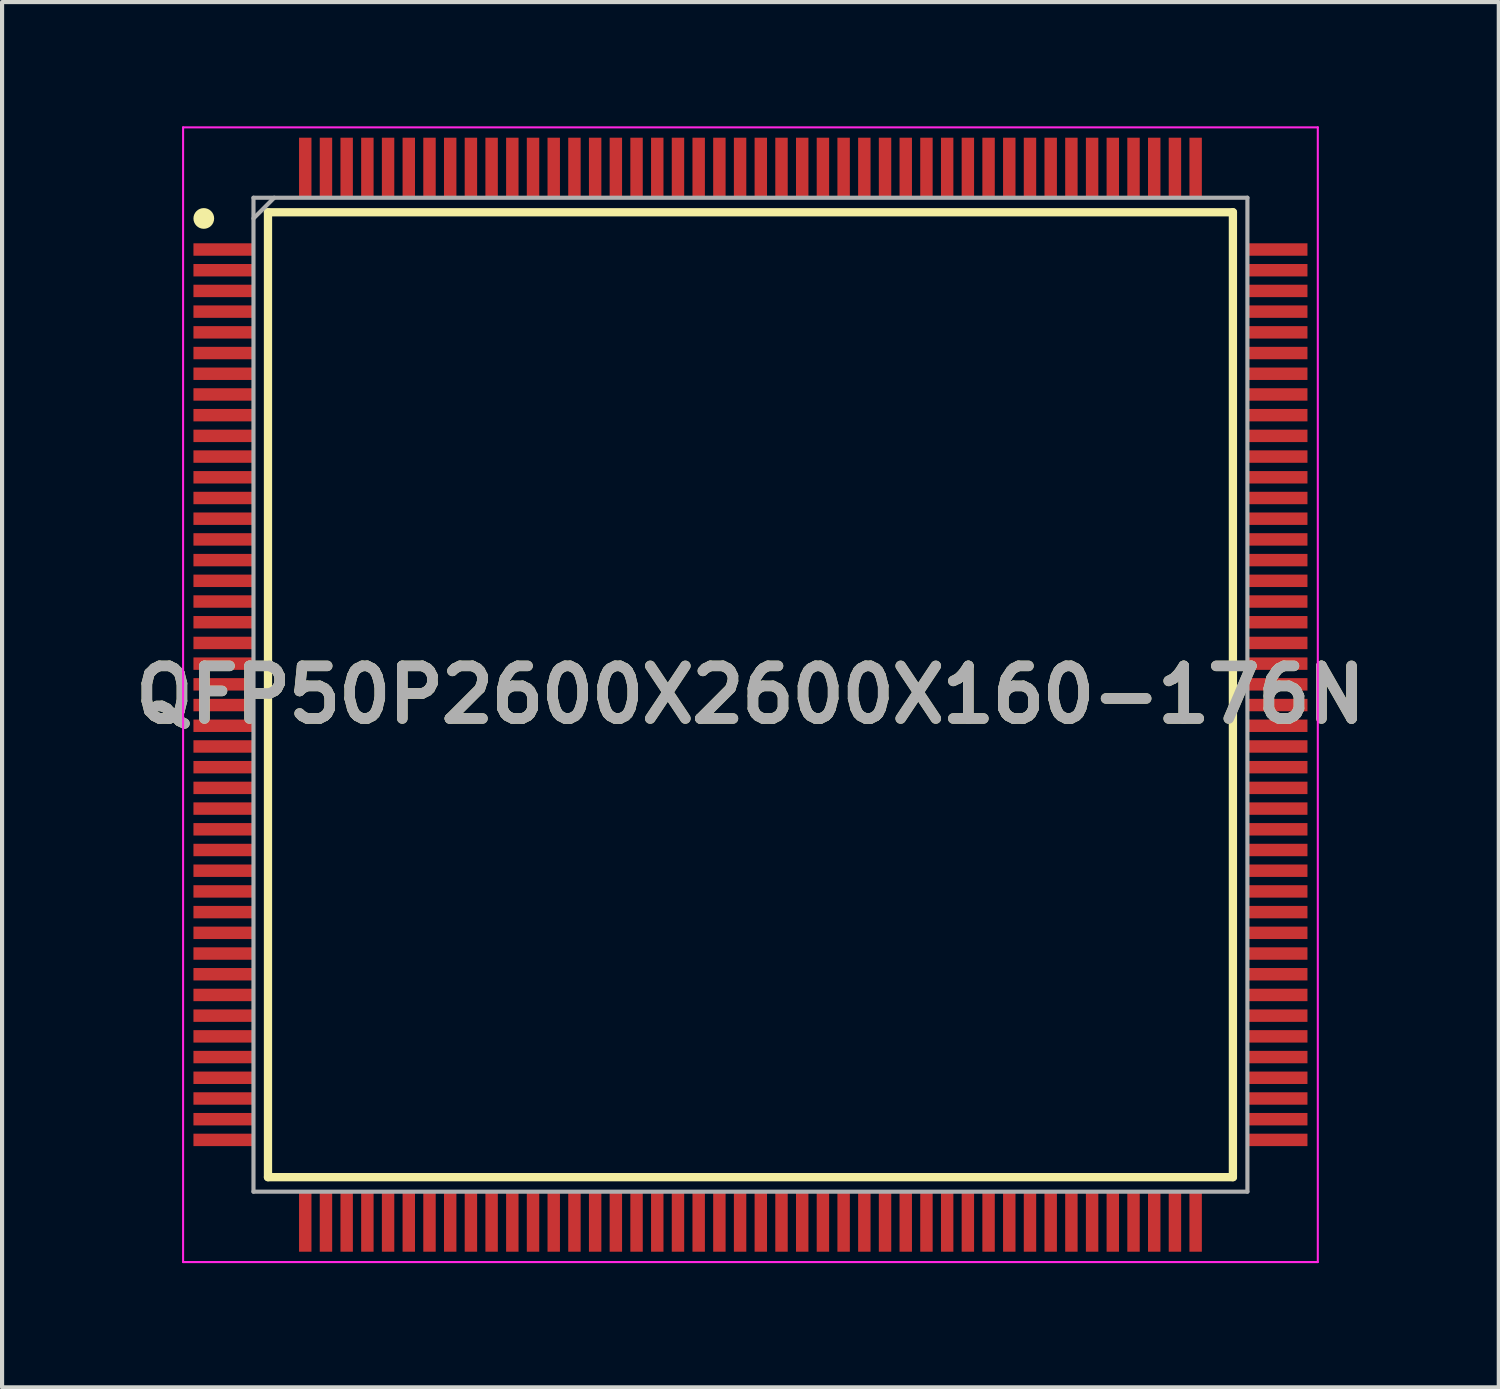
<source format=kicad_pcb>
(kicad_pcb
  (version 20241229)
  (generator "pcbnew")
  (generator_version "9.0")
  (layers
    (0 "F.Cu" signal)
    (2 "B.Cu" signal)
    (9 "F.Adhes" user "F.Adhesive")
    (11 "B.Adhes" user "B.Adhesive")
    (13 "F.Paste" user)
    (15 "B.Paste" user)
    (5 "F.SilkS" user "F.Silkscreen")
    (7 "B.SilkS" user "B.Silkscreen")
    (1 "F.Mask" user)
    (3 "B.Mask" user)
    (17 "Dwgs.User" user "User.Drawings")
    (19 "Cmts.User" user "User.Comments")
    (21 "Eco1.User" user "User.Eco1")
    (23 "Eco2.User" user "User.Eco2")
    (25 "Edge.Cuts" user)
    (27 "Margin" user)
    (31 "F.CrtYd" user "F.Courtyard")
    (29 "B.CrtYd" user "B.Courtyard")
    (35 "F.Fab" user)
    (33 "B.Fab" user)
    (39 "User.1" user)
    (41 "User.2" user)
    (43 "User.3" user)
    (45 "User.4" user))
  (footprint "QFP50P2600X2600X160-176N"
    (layer "F.Cu")
    (at 15.071 13.725)
    (property "Reference" "QFP50P2600X2600X160-176N" (at 0 0 0) (layer "F.SilkS") (effects (font (size 1.27 1.27) (thickness 0.254))))
    (attr smd)
    (fp_line (start -11.65 -11.65) (end 11.65 -11.65) (stroke (width 0.2) (type solid)) (layer "F.SilkS"))
    (fp_line (start -11.65 11.65) (end -11.65 -11.65) (stroke (width 0.2) (type solid)) (layer "F.SilkS"))
    (fp_line (start 11.65 -11.65) (end 11.65 11.65) (stroke (width 0.2) (type solid)) (layer "F.SilkS"))
    (fp_line (start 11.65 11.65) (end -11.65 11.65) (stroke (width 0.2) (type solid)) (layer "F.SilkS"))
    (fp_circle (center -13.2 -11.5) (end -13.2 -11.375) (stroke (width 0.25) (type solid)) (fill no) (layer "F.SilkS"))
    (fp_line (start -13.7 -13.7) (end 13.7 -13.7) (stroke (width 0.05) (type solid)) (layer "F.CrtYd"))
    (fp_line (start -13.7 13.7) (end -13.7 -13.7) (stroke (width 0.05) (type solid)) (layer "F.CrtYd"))
    (fp_line (start 13.7 -13.7) (end 13.7 13.7) (stroke (width 0.05) (type solid)) (layer "F.CrtYd"))
    (fp_line (start 13.7 13.7) (end -13.7 13.7) (stroke (width 0.05) (type solid)) (layer "F.CrtYd"))
    (fp_line (start -12 -12) (end 12 -12) (stroke (width 0.1) (type solid)) (layer "F.Fab"))
    (fp_line (start -12 -11.5) (end -11.5 -12) (stroke (width 0.1) (type solid)) (layer "F.Fab"))
    (fp_line (start -12 12) (end -12 -12) (stroke (width 0.1) (type solid)) (layer "F.Fab"))
    (fp_line (start 12 -12) (end 12 12) (stroke (width 0.1) (type solid)) (layer "F.Fab"))
    (fp_line (start 12 12) (end -12 12) (stroke (width 0.1) (type solid)) (layer "F.Fab"))
    (fp_text user "${REFERENCE}" (at 0 0 0) (layer "F.Fab") (effects (font (size 1.27 1.27) (thickness 0.254))))
    (pad "1" smd rect (at -12.725 -10.75 90) (size 0.3 1.45) (layers "F.Cu" "F.Mask" "F.Paste"))
    (pad "2" smd rect (at -12.725 -10.25 90) (size 0.3 1.45) (layers "F.Cu" "F.Mask" "F.Paste"))
    (pad "3" smd rect (at -12.725 -9.75 90) (size 0.3 1.45) (layers "F.Cu" "F.Mask" "F.Paste"))
    (pad "4" smd rect (at -12.725 -9.25 90) (size 0.3 1.45) (layers "F.Cu" "F.Mask" "F.Paste"))
    (pad "5" smd rect (at -12.725 -8.75 90) (size 0.3 1.45) (layers "F.Cu" "F.Mask" "F.Paste"))
    (pad "6" smd rect (at -12.725 -8.25 90) (size 0.3 1.45) (layers "F.Cu" "F.Mask" "F.Paste"))
    (pad "7" smd rect (at -12.725 -7.75 90) (size 0.3 1.45) (layers "F.Cu" "F.Mask" "F.Paste"))
    (pad "8" smd rect (at -12.725 -7.25 90) (size 0.3 1.45) (layers "F.Cu" "F.Mask" "F.Paste"))
    (pad "9" smd rect (at -12.725 -6.75 90) (size 0.3 1.45) (layers "F.Cu" "F.Mask" "F.Paste"))
    (pad "10" smd rect (at -12.725 -6.25 90) (size 0.3 1.45) (layers "F.Cu" "F.Mask" "F.Paste"))
    (pad "11" smd rect (at -12.725 -5.75 90) (size 0.3 1.45) (layers "F.Cu" "F.Mask" "F.Paste"))
    (pad "12" smd rect (at -12.725 -5.25 90) (size 0.3 1.45) (layers "F.Cu" "F.Mask" "F.Paste"))
    (pad "13" smd rect (at -12.725 -4.75 90) (size 0.3 1.45) (layers "F.Cu" "F.Mask" "F.Paste"))
    (pad "14" smd rect (at -12.725 -4.25 90) (size 0.3 1.45) (layers "F.Cu" "F.Mask" "F.Paste"))
    (pad "15" smd rect (at -12.725 -3.75 90) (size 0.3 1.45) (layers "F.Cu" "F.Mask" "F.Paste"))
    (pad "16" smd rect (at -12.725 -3.25 90) (size 0.3 1.45) (layers "F.Cu" "F.Mask" "F.Paste"))
    (pad "17" smd rect (at -12.725 -2.75 90) (size 0.3 1.45) (layers "F.Cu" "F.Mask" "F.Paste"))
    (pad "18" smd rect (at -12.725 -2.25 90) (size 0.3 1.45) (layers "F.Cu" "F.Mask" "F.Paste"))
    (pad "19" smd rect (at -12.725 -1.75 90) (size 0.3 1.45) (layers "F.Cu" "F.Mask" "F.Paste"))
    (pad "20" smd rect (at -12.725 -1.25 90) (size 0.3 1.45) (layers "F.Cu" "F.Mask" "F.Paste"))
    (pad "21" smd rect (at -12.725 -0.75 90) (size 0.3 1.45) (layers "F.Cu" "F.Mask" "F.Paste"))
    (pad "22" smd rect (at -12.725 -0.25 90) (size 0.3 1.45) (layers "F.Cu" "F.Mask" "F.Paste"))
    (pad "23" smd rect (at -12.725 0.25 90) (size 0.3 1.45) (layers "F.Cu" "F.Mask" "F.Paste"))
    (pad "24" smd rect (at -12.725 0.75 90) (size 0.3 1.45) (layers "F.Cu" "F.Mask" "F.Paste"))
    (pad "25" smd rect (at -12.725 1.25 90) (size 0.3 1.45) (layers "F.Cu" "F.Mask" "F.Paste"))
    (pad "26" smd rect (at -12.725 1.75 90) (size 0.3 1.45) (layers "F.Cu" "F.Mask" "F.Paste"))
    (pad "27" smd rect (at -12.725 2.25 90) (size 0.3 1.45) (layers "F.Cu" "F.Mask" "F.Paste"))
    (pad "28" smd rect (at -12.725 2.75 90) (size 0.3 1.45) (layers "F.Cu" "F.Mask" "F.Paste"))
    (pad "29" smd rect (at -12.725 3.25 90) (size 0.3 1.45) (layers "F.Cu" "F.Mask" "F.Paste"))
    (pad "30" smd rect (at -12.725 3.75 90) (size 0.3 1.45) (layers "F.Cu" "F.Mask" "F.Paste"))
    (pad "31" smd rect (at -12.725 4.25 90) (size 0.3 1.45) (layers "F.Cu" "F.Mask" "F.Paste"))
    (pad "32" smd rect (at -12.725 4.75 90) (size 0.3 1.45) (layers "F.Cu" "F.Mask" "F.Paste"))
    (pad "33" smd rect (at -12.725 5.25 90) (size 0.3 1.45) (layers "F.Cu" "F.Mask" "F.Paste"))
    (pad "34" smd rect (at -12.725 5.75 90) (size 0.3 1.45) (layers "F.Cu" "F.Mask" "F.Paste"))
    (pad "35" smd rect (at -12.725 6.25 90) (size 0.3 1.45) (layers "F.Cu" "F.Mask" "F.Paste"))
    (pad "36" smd rect (at -12.725 6.75 90) (size 0.3 1.45) (layers "F.Cu" "F.Mask" "F.Paste"))
    (pad "37" smd rect (at -12.725 7.25 90) (size 0.3 1.45) (layers "F.Cu" "F.Mask" "F.Paste"))
    (pad "38" smd rect (at -12.725 7.75 90) (size 0.3 1.45) (layers "F.Cu" "F.Mask" "F.Paste"))
    (pad "39" smd rect (at -12.725 8.25 90) (size 0.3 1.45) (layers "F.Cu" "F.Mask" "F.Paste"))
    (pad "40" smd rect (at -12.725 8.75 90) (size 0.3 1.45) (layers "F.Cu" "F.Mask" "F.Paste"))
    (pad "41" smd rect (at -12.725 9.25 90) (size 0.3 1.45) (layers "F.Cu" "F.Mask" "F.Paste"))
    (pad "42" smd rect (at -12.725 9.75 90) (size 0.3 1.45) (layers "F.Cu" "F.Mask" "F.Paste"))
    (pad "43" smd rect (at -12.725 10.25 90) (size 0.3 1.45) (layers "F.Cu" "F.Mask" "F.Paste"))
    (pad "44" smd rect (at -12.725 10.75 90) (size 0.3 1.45) (layers "F.Cu" "F.Mask" "F.Paste"))
    (pad "45" smd rect (at -10.75 12.725) (size 0.3 1.45) (layers "F.Cu" "F.Mask" "F.Paste"))
    (pad "46" smd rect (at -10.25 12.725) (size 0.3 1.45) (layers "F.Cu" "F.Mask" "F.Paste"))
    (pad "47" smd rect (at -9.75 12.725) (size 0.3 1.45) (layers "F.Cu" "F.Mask" "F.Paste"))
    (pad "48" smd rect (at -9.25 12.725) (size 0.3 1.45) (layers "F.Cu" "F.Mask" "F.Paste"))
    (pad "49" smd rect (at -8.75 12.725) (size 0.3 1.45) (layers "F.Cu" "F.Mask" "F.Paste"))
    (pad "50" smd rect (at -8.25 12.725) (size 0.3 1.45) (layers "F.Cu" "F.Mask" "F.Paste"))
    (pad "51" smd rect (at -7.75 12.725) (size 0.3 1.45) (layers "F.Cu" "F.Mask" "F.Paste"))
    (pad "52" smd rect (at -7.25 12.725) (size 0.3 1.45) (layers "F.Cu" "F.Mask" "F.Paste"))
    (pad "53" smd rect (at -6.75 12.725) (size 0.3 1.45) (layers "F.Cu" "F.Mask" "F.Paste"))
    (pad "54" smd rect (at -6.25 12.725) (size 0.3 1.45) (layers "F.Cu" "F.Mask" "F.Paste"))
    (pad "55" smd rect (at -5.75 12.725) (size 0.3 1.45) (layers "F.Cu" "F.Mask" "F.Paste"))
    (pad "56" smd rect (at -5.25 12.725) (size 0.3 1.45) (layers "F.Cu" "F.Mask" "F.Paste"))
    (pad "57" smd rect (at -4.75 12.725) (size 0.3 1.45) (layers "F.Cu" "F.Mask" "F.Paste"))
    (pad "58" smd rect (at -4.25 12.725) (size 0.3 1.45) (layers "F.Cu" "F.Mask" "F.Paste"))
    (pad "59" smd rect (at -3.75 12.725) (size 0.3 1.45) (layers "F.Cu" "F.Mask" "F.Paste"))
    (pad "60" smd rect (at -3.25 12.725) (size 0.3 1.45) (layers "F.Cu" "F.Mask" "F.Paste"))
    (pad "61" smd rect (at -2.75 12.725) (size 0.3 1.45) (layers "F.Cu" "F.Mask" "F.Paste"))
    (pad "62" smd rect (at -2.25 12.725) (size 0.3 1.45) (layers "F.Cu" "F.Mask" "F.Paste"))
    (pad "63" smd rect (at -1.75 12.725) (size 0.3 1.45) (layers "F.Cu" "F.Mask" "F.Paste"))
    (pad "64" smd rect (at -1.25 12.725) (size 0.3 1.45) (layers "F.Cu" "F.Mask" "F.Paste"))
    (pad "65" smd rect (at -0.75 12.725) (size 0.3 1.45) (layers "F.Cu" "F.Mask" "F.Paste"))
    (pad "66" smd rect (at -0.25 12.725) (size 0.3 1.45) (layers "F.Cu" "F.Mask" "F.Paste"))
    (pad "67" smd rect (at 0.25 12.725) (size 0.3 1.45) (layers "F.Cu" "F.Mask" "F.Paste"))
    (pad "68" smd rect (at 0.75 12.725) (size 0.3 1.45) (layers "F.Cu" "F.Mask" "F.Paste"))
    (pad "69" smd rect (at 1.25 12.725) (size 0.3 1.45) (layers "F.Cu" "F.Mask" "F.Paste"))
    (pad "70" smd rect (at 1.75 12.725) (size 0.3 1.45) (layers "F.Cu" "F.Mask" "F.Paste"))
    (pad "71" smd rect (at 2.25 12.725) (size 0.3 1.45) (layers "F.Cu" "F.Mask" "F.Paste"))
    (pad "72" smd rect (at 2.75 12.725) (size 0.3 1.45) (layers "F.Cu" "F.Mask" "F.Paste"))
    (pad "73" smd rect (at 3.25 12.725) (size 0.3 1.45) (layers "F.Cu" "F.Mask" "F.Paste"))
    (pad "74" smd rect (at 3.75 12.725) (size 0.3 1.45) (layers "F.Cu" "F.Mask" "F.Paste"))
    (pad "75" smd rect (at 4.25 12.725) (size 0.3 1.45) (layers "F.Cu" "F.Mask" "F.Paste"))
    (pad "76" smd rect (at 4.75 12.725) (size 0.3 1.45) (layers "F.Cu" "F.Mask" "F.Paste"))
    (pad "77" smd rect (at 5.25 12.725) (size 0.3 1.45) (layers "F.Cu" "F.Mask" "F.Paste"))
    (pad "78" smd rect (at 5.75 12.725) (size 0.3 1.45) (layers "F.Cu" "F.Mask" "F.Paste"))
    (pad "79" smd rect (at 6.25 12.725) (size 0.3 1.45) (layers "F.Cu" "F.Mask" "F.Paste"))
    (pad "80" smd rect (at 6.75 12.725) (size 0.3 1.45) (layers "F.Cu" "F.Mask" "F.Paste"))
    (pad "81" smd rect (at 7.25 12.725) (size 0.3 1.45) (layers "F.Cu" "F.Mask" "F.Paste"))
    (pad "82" smd rect (at 7.75 12.725) (size 0.3 1.45) (layers "F.Cu" "F.Mask" "F.Paste"))
    (pad "83" smd rect (at 8.25 12.725) (size 0.3 1.45) (layers "F.Cu" "F.Mask" "F.Paste"))
    (pad "84" smd rect (at 8.75 12.725) (size 0.3 1.45) (layers "F.Cu" "F.Mask" "F.Paste"))
    (pad "85" smd rect (at 9.25 12.725) (size 0.3 1.45) (layers "F.Cu" "F.Mask" "F.Paste"))
    (pad "86" smd rect (at 9.75 12.725) (size 0.3 1.45) (layers "F.Cu" "F.Mask" "F.Paste"))
    (pad "87" smd rect (at 10.25 12.725) (size 0.3 1.45) (layers "F.Cu" "F.Mask" "F.Paste"))
    (pad "88" smd rect (at 10.75 12.725) (size 0.3 1.45) (layers "F.Cu" "F.Mask" "F.Paste"))
    (pad "89" smd rect (at 12.725 10.75 90) (size 0.3 1.45) (layers "F.Cu" "F.Mask" "F.Paste"))
    (pad "90" smd rect (at 12.725 10.25 90) (size 0.3 1.45) (layers "F.Cu" "F.Mask" "F.Paste"))
    (pad "91" smd rect (at 12.725 9.75 90) (size 0.3 1.45) (layers "F.Cu" "F.Mask" "F.Paste"))
    (pad "92" smd rect (at 12.725 9.25 90) (size 0.3 1.45) (layers "F.Cu" "F.Mask" "F.Paste"))
    (pad "93" smd rect (at 12.725 8.75 90) (size 0.3 1.45) (layers "F.Cu" "F.Mask" "F.Paste"))
    (pad "94" smd rect (at 12.725 8.25 90) (size 0.3 1.45) (layers "F.Cu" "F.Mask" "F.Paste"))
    (pad "95" smd rect (at 12.725 7.75 90) (size 0.3 1.45) (layers "F.Cu" "F.Mask" "F.Paste"))
    (pad "96" smd rect (at 12.725 7.25 90) (size 0.3 1.45) (layers "F.Cu" "F.Mask" "F.Paste"))
    (pad "97" smd rect (at 12.725 6.75 90) (size 0.3 1.45) (layers "F.Cu" "F.Mask" "F.Paste"))
    (pad "98" smd rect (at 12.725 6.25 90) (size 0.3 1.45) (layers "F.Cu" "F.Mask" "F.Paste"))
    (pad "99" smd rect (at 12.725 5.75 90) (size 0.3 1.45) (layers "F.Cu" "F.Mask" "F.Paste"))
    (pad "100" smd rect (at 12.725 5.25 90) (size 0.3 1.45) (layers "F.Cu" "F.Mask" "F.Paste"))
    (pad "101" smd rect (at 12.725 4.75 90) (size 0.3 1.45) (layers "F.Cu" "F.Mask" "F.Paste"))
    (pad "102" smd rect (at 12.725 4.25 90) (size 0.3 1.45) (layers "F.Cu" "F.Mask" "F.Paste"))
    (pad "103" smd rect (at 12.725 3.75 90) (size 0.3 1.45) (layers "F.Cu" "F.Mask" "F.Paste"))
    (pad "104" smd rect (at 12.725 3.25 90) (size 0.3 1.45) (layers "F.Cu" "F.Mask" "F.Paste"))
    (pad "105" smd rect (at 12.725 2.75 90) (size 0.3 1.45) (layers "F.Cu" "F.Mask" "F.Paste"))
    (pad "106" smd rect (at 12.725 2.25 90) (size 0.3 1.45) (layers "F.Cu" "F.Mask" "F.Paste"))
    (pad "107" smd rect (at 12.725 1.75 90) (size 0.3 1.45) (layers "F.Cu" "F.Mask" "F.Paste"))
    (pad "108" smd rect (at 12.725 1.25 90) (size 0.3 1.45) (layers "F.Cu" "F.Mask" "F.Paste"))
    (pad "109" smd rect (at 12.725 0.75 90) (size 0.3 1.45) (layers "F.Cu" "F.Mask" "F.Paste"))
    (pad "110" smd rect (at 12.725 0.25 90) (size 0.3 1.45) (layers "F.Cu" "F.Mask" "F.Paste"))
    (pad "111" smd rect (at 12.725 -0.25 90) (size 0.3 1.45) (layers "F.Cu" "F.Mask" "F.Paste"))
    (pad "112" smd rect (at 12.725 -0.75 90) (size 0.3 1.45) (layers "F.Cu" "F.Mask" "F.Paste"))
    (pad "113" smd rect (at 12.725 -1.25 90) (size 0.3 1.45) (layers "F.Cu" "F.Mask" "F.Paste"))
    (pad "114" smd rect (at 12.725 -1.75 90) (size 0.3 1.45) (layers "F.Cu" "F.Mask" "F.Paste"))
    (pad "115" smd rect (at 12.725 -2.25 90) (size 0.3 1.45) (layers "F.Cu" "F.Mask" "F.Paste"))
    (pad "116" smd rect (at 12.725 -2.75 90) (size 0.3 1.45) (layers "F.Cu" "F.Mask" "F.Paste"))
    (pad "117" smd rect (at 12.725 -3.25 90) (size 0.3 1.45) (layers "F.Cu" "F.Mask" "F.Paste"))
    (pad "118" smd rect (at 12.725 -3.75 90) (size 0.3 1.45) (layers "F.Cu" "F.Mask" "F.Paste"))
    (pad "119" smd rect (at 12.725 -4.25 90) (size 0.3 1.45) (layers "F.Cu" "F.Mask" "F.Paste"))
    (pad "120" smd rect (at 12.725 -4.75 90) (size 0.3 1.45) (layers "F.Cu" "F.Mask" "F.Paste"))
    (pad "121" smd rect (at 12.725 -5.25 90) (size 0.3 1.45) (layers "F.Cu" "F.Mask" "F.Paste"))
    (pad "122" smd rect (at 12.725 -5.75 90) (size 0.3 1.45) (layers "F.Cu" "F.Mask" "F.Paste"))
    (pad "123" smd rect (at 12.725 -6.25 90) (size 0.3 1.45) (layers "F.Cu" "F.Mask" "F.Paste"))
    (pad "124" smd rect (at 12.725 -6.75 90) (size 0.3 1.45) (layers "F.Cu" "F.Mask" "F.Paste"))
    (pad "125" smd rect (at 12.725 -7.25 90) (size 0.3 1.45) (layers "F.Cu" "F.Mask" "F.Paste"))
    (pad "126" smd rect (at 12.725 -7.75 90) (size 0.3 1.45) (layers "F.Cu" "F.Mask" "F.Paste"))
    (pad "127" smd rect (at 12.725 -8.25 90) (size 0.3 1.45) (layers "F.Cu" "F.Mask" "F.Paste"))
    (pad "128" smd rect (at 12.725 -8.75 90) (size 0.3 1.45) (layers "F.Cu" "F.Mask" "F.Paste"))
    (pad "129" smd rect (at 12.725 -9.25 90) (size 0.3 1.45) (layers "F.Cu" "F.Mask" "F.Paste"))
    (pad "130" smd rect (at 12.725 -9.75 90) (size 0.3 1.45) (layers "F.Cu" "F.Mask" "F.Paste"))
    (pad "131" smd rect (at 12.725 -10.25 90) (size 0.3 1.45) (layers "F.Cu" "F.Mask" "F.Paste"))
    (pad "132" smd rect (at 12.725 -10.75 90) (size 0.3 1.45) (layers "F.Cu" "F.Mask" "F.Paste"))
    (pad "133" smd rect (at 10.75 -12.725) (size 0.3 1.45) (layers "F.Cu" "F.Mask" "F.Paste"))
    (pad "134" smd rect (at 10.25 -12.725) (size 0.3 1.45) (layers "F.Cu" "F.Mask" "F.Paste"))
    (pad "135" smd rect (at 9.75 -12.725) (size 0.3 1.45) (layers "F.Cu" "F.Mask" "F.Paste"))
    (pad "136" smd rect (at 9.25 -12.725) (size 0.3 1.45) (layers "F.Cu" "F.Mask" "F.Paste"))
    (pad "137" smd rect (at 8.75 -12.725) (size 0.3 1.45) (layers "F.Cu" "F.Mask" "F.Paste"))
    (pad "138" smd rect (at 8.25 -12.725) (size 0.3 1.45) (layers "F.Cu" "F.Mask" "F.Paste"))
    (pad "139" smd rect (at 7.75 -12.725) (size 0.3 1.45) (layers "F.Cu" "F.Mask" "F.Paste"))
    (pad "140" smd rect (at 7.25 -12.725) (size 0.3 1.45) (layers "F.Cu" "F.Mask" "F.Paste"))
    (pad "141" smd rect (at 6.75 -12.725) (size 0.3 1.45) (layers "F.Cu" "F.Mask" "F.Paste"))
    (pad "142" smd rect (at 6.25 -12.725) (size 0.3 1.45) (layers "F.Cu" "F.Mask" "F.Paste"))
    (pad "143" smd rect (at 5.75 -12.725) (size 0.3 1.45) (layers "F.Cu" "F.Mask" "F.Paste"))
    (pad "144" smd rect (at 5.25 -12.725) (size 0.3 1.45) (layers "F.Cu" "F.Mask" "F.Paste"))
    (pad "145" smd rect (at 4.75 -12.725) (size 0.3 1.45) (layers "F.Cu" "F.Mask" "F.Paste"))
    (pad "146" smd rect (at 4.25 -12.725) (size 0.3 1.45) (layers "F.Cu" "F.Mask" "F.Paste"))
    (pad "147" smd rect (at 3.75 -12.725) (size 0.3 1.45) (layers "F.Cu" "F.Mask" "F.Paste"))
    (pad "148" smd rect (at 3.25 -12.725) (size 0.3 1.45) (layers "F.Cu" "F.Mask" "F.Paste"))
    (pad "149" smd rect (at 2.75 -12.725) (size 0.3 1.45) (layers "F.Cu" "F.Mask" "F.Paste"))
    (pad "150" smd rect (at 2.25 -12.725) (size 0.3 1.45) (layers "F.Cu" "F.Mask" "F.Paste"))
    (pad "151" smd rect (at 1.75 -12.725) (size 0.3 1.45) (layers "F.Cu" "F.Mask" "F.Paste"))
    (pad "152" smd rect (at 1.25 -12.725) (size 0.3 1.45) (layers "F.Cu" "F.Mask" "F.Paste"))
    (pad "153" smd rect (at 0.75 -12.725) (size 0.3 1.45) (layers "F.Cu" "F.Mask" "F.Paste"))
    (pad "154" smd rect (at 0.25 -12.725) (size 0.3 1.45) (layers "F.Cu" "F.Mask" "F.Paste"))
    (pad "155" smd rect (at -0.25 -12.725) (size 0.3 1.45) (layers "F.Cu" "F.Mask" "F.Paste"))
    (pad "156" smd rect (at -0.75 -12.725) (size 0.3 1.45) (layers "F.Cu" "F.Mask" "F.Paste"))
    (pad "157" smd rect (at -1.25 -12.725) (size 0.3 1.45) (layers "F.Cu" "F.Mask" "F.Paste"))
    (pad "158" smd rect (at -1.75 -12.725) (size 0.3 1.45) (layers "F.Cu" "F.Mask" "F.Paste"))
    (pad "159" smd rect (at -2.25 -12.725) (size 0.3 1.45) (layers "F.Cu" "F.Mask" "F.Paste"))
    (pad "160" smd rect (at -2.75 -12.725) (size 0.3 1.45) (layers "F.Cu" "F.Mask" "F.Paste"))
    (pad "161" smd rect (at -3.25 -12.725) (size 0.3 1.45) (layers "F.Cu" "F.Mask" "F.Paste"))
    (pad "162" smd rect (at -3.75 -12.725) (size 0.3 1.45) (layers "F.Cu" "F.Mask" "F.Paste"))
    (pad "163" smd rect (at -4.25 -12.725) (size 0.3 1.45) (layers "F.Cu" "F.Mask" "F.Paste"))
    (pad "164" smd rect (at -4.75 -12.725) (size 0.3 1.45) (layers "F.Cu" "F.Mask" "F.Paste"))
    (pad "165" smd rect (at -5.25 -12.725) (size 0.3 1.45) (layers "F.Cu" "F.Mask" "F.Paste"))
    (pad "166" smd rect (at -5.75 -12.725) (size 0.3 1.45) (layers "F.Cu" "F.Mask" "F.Paste"))
    (pad "167" smd rect (at -6.25 -12.725) (size 0.3 1.45) (layers "F.Cu" "F.Mask" "F.Paste"))
    (pad "168" smd rect (at -6.75 -12.725) (size 0.3 1.45) (layers "F.Cu" "F.Mask" "F.Paste"))
    (pad "169" smd rect (at -7.25 -12.725) (size 0.3 1.45) (layers "F.Cu" "F.Mask" "F.Paste"))
    (pad "170" smd rect (at -7.75 -12.725) (size 0.3 1.45) (layers "F.Cu" "F.Mask" "F.Paste"))
    (pad "171" smd rect (at -8.25 -12.725) (size 0.3 1.45) (layers "F.Cu" "F.Mask" "F.Paste"))
    (pad "172" smd rect (at -8.75 -12.725) (size 0.3 1.45) (layers "F.Cu" "F.Mask" "F.Paste"))
    (pad "173" smd rect (at -9.25 -12.725) (size 0.3 1.45) (layers "F.Cu" "F.Mask" "F.Paste"))
    (pad "174" smd rect (at -9.75 -12.725) (size 0.3 1.45) (layers "F.Cu" "F.Mask" "F.Paste"))
    (pad "175" smd rect (at -10.25 -12.725) (size 0.3 1.45) (layers "F.Cu" "F.Mask" "F.Paste"))
    (pad "176" smd rect (at -10.75 -12.725) (size 0.3 1.45) (layers "F.Cu" "F.Mask" "F.Paste")))
  (gr_rect
    (start -3 -3)
    (end 33.141 30.45)
    (stroke (width 0.1) (type default))
    (fill no)
    (layer "Edge.Cuts")))
</source>
